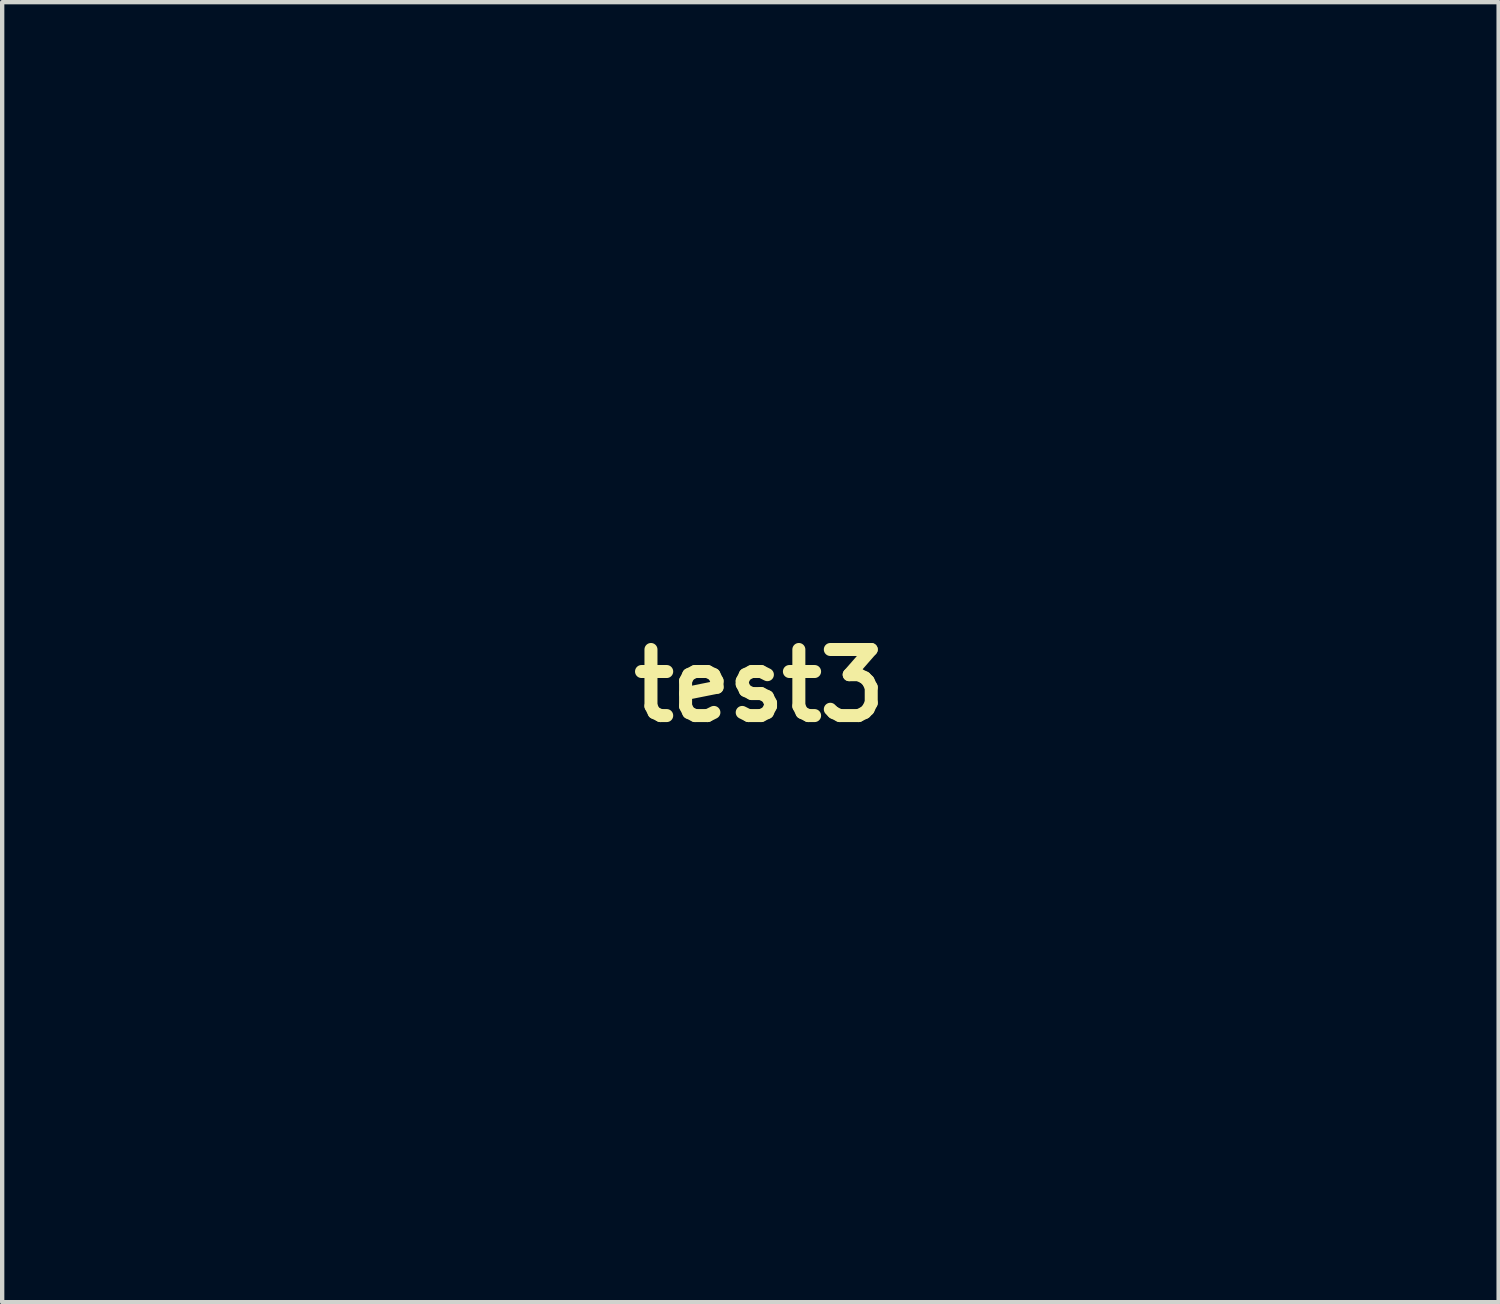
<source format=kicad_pcb>
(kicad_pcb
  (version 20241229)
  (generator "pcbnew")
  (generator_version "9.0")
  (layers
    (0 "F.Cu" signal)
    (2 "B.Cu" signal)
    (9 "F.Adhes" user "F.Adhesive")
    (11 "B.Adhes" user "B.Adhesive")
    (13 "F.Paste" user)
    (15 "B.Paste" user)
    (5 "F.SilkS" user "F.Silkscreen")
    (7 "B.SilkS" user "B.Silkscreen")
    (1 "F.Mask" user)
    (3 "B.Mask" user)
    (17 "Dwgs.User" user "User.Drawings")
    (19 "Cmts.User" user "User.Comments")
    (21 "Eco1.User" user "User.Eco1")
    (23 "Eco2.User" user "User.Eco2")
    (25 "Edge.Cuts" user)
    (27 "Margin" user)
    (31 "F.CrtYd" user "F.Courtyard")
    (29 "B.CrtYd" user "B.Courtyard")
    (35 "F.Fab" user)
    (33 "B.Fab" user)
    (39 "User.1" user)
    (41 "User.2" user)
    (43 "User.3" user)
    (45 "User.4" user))
  (footprint "test3"
    (layer "F.Cu")
    (at 14.467 12.764)
    (property "Reference" "test3" (at 0 0 0) (layer "F.SilkS") (effects (font (size 1.524 1.524) (thickness 0.3))))
    (attr through_hole)
    (fp_poly (pts (xy -0.345 -12.714) (xy -0.108 -12.454) (xy 0.26 -11.937) (xy 0.364 -11.784) (xy 0.889 -11.034) (xy 1.476 -10.239) (xy 1.946 -9.634) (xy 2.319 -9.128) (xy 2.551 -8.726) (xy 2.594 -8.509) (xy 2.59 -8.504) (xy 2.332 -8.352) (xy 1.883 -8.164) (xy 1.768 -8.122) (xy 1.095 -7.889) (xy 3.647 -5.092) (xy 3.139 -4.962) (xy 2.647 -4.872) (xy 2.307 -4.855) (xy 2.221 -4.774) (xy 2.371 -4.492) (xy 2.768 -3.988) (xy 3.003 -3.716) (xy 3.454 -3.172) (xy 3.777 -2.722) (xy 3.922 -2.439) (xy 3.92 -2.39) (xy 3.695 -2.216) (xy 3.28 -2.011) (xy 3.224 -1.988) (xy 2.812 -1.818) (xy 2.579 -1.712) (xy 2.568 -1.705) (xy 2.619 -1.537) (xy 2.84 -1.166) (xy 3.175 -0.671) (xy 3.569 -0.132) (xy 3.964 0.371) (xy 4.245 0.694) (xy 4.808 1.297) (xy 4.38 1.646) (xy 3.959 1.901) (xy 3.608 1.996) (xy 3.325 2.016) (xy 3.267 2.041) (xy 3.384 2.183) (xy 3.701 2.535) (xy 4.17 3.043) (xy 4.717 3.629) (xy 5.288 4.252) (xy 5.753 4.79) (xy 6.063 5.183) (xy 6.168 5.366) (xy 6.017 5.544) (xy 5.627 5.798) (xy 5.244 5.995) (xy 4.736 6.249) (xy 4.521 6.413) (xy 4.556 6.532) (xy 4.654 6.589) (xy 4.956 6.821) (xy 5.315 7.215) (xy 5.663 7.678) (xy 5.935 8.116) (xy 6.064 8.438) (xy 6.047 8.534) (xy 5.755 8.693) (xy 5.212 8.897) (xy 4.52 9.115) (xy 3.783 9.317) (xy 3.104 9.47) (xy 2.774 9.524) (xy 1.938 9.64) (xy 1.398 9.739) (xy 1.089 9.848) (xy 0.947 9.994) (xy 0.908 10.201) (xy 0.907 10.286) (xy 0.956 10.613) (xy 1.169 10.666) (xy 1.315 10.631) (xy 1.626 10.577) (xy 2.222 10.502) (xy 3.027 10.412) (xy 3.967 10.315) (xy 4.964 10.218) (xy 5.943 10.129) (xy 6.828 10.055) (xy 7.542 10.003) (xy 8.011 9.981) (xy 8.041 9.981) (xy 8.405 9.93) (xy 8.507 9.726) (xy 8.494 9.57) (xy 8.396 9.304) (xy 8.132 9.167) (xy 7.65 9.106) (xy 7.159 9.043) (xy 6.962 8.929) (xy 6.973 8.765) (xy 6.924 8.446) (xy 6.918 8.436) (xy 8.89 8.436) (xy 8.981 8.527) (xy 9.071 8.436) (xy 8.981 8.346) (xy 8.89 8.436) (xy 6.918 8.436) (xy 6.759 8.164) (xy 7.649 8.164) (xy 7.677 8.422) (xy 7.74 8.391) (xy 7.749 8.255) (xy 11.611 8.255) (xy 11.702 8.346) (xy 11.793 8.255) (xy 11.702 8.164) (xy 11.611 8.255) (xy 7.749 8.255) (xy 7.764 8.02) (xy 7.74 7.938) (xy 7.674 7.915) (xy 7.649 8.164) (xy 6.759 8.164) (xy 6.639 7.958) (xy 6.432 7.689) (xy 6.251 7.439) (xy 9.979 7.439) (xy 10.045 7.588) (xy 10.1 7.56) (xy 10.121 7.344) (xy 10.1 7.318) (xy 9.992 7.343) (xy 9.979 7.439) (xy 6.251 7.439) (xy 6.097 7.227) (xy 6.028 7.094) (xy 12.207 7.094) (xy 12.245 7.276) (xy 12.258 7.31) (xy 12.402 7.532) (xy 12.484 7.534) (xy 12.463 7.342) (xy 12.36 7.209) (xy 12.207 7.094) (xy 6.028 7.094) (xy 5.908 6.863) (xy 5.902 6.788) (xy 8.541 6.788) (xy 8.575 7.024) (xy 8.637 7.027) (xy 8.68 6.784) (xy 8.651 6.679) (xy 8.571 6.61) (xy 8.541 6.788) (xy 5.902 6.788) (xy 5.896 6.714) (xy 5.876 6.546) (xy 5.806 6.531) (xy 5.687 6.421) (xy 5.715 6.35) (xy 5.885 6.244) (xy 7.271 6.244) (xy 7.305 6.479) (xy 7.367 6.482) (xy 7.401 6.29) (xy 10.897 6.29) (xy 10.937 6.597) (xy 11.045 6.895) (xy 11.161 7.029) (xy 11.184 7.019) (xy 11.179 6.818) (xy 11.083 6.512) (xy 10.954 6.265) (xy 10.897 6.29) (xy 7.401 6.29) (xy 7.41 6.239) (xy 7.381 6.135) (xy 7.301 6.066) (xy 7.271 6.244) (xy 5.885 6.244) (xy 5.975 6.188) (xy 6.12 6.169) (xy 6.479 6.053) (xy 6.575 5.987) (xy 9.616 5.987) (xy 9.682 6.136) (xy 9.737 6.108) (xy 9.758 5.893) (xy 9.737 5.866) (xy 9.629 5.891) (xy 9.616 5.987) (xy 6.575 5.987) (xy 6.736 5.876) (xy 6.912 5.682) (xy 6.918 5.554) (xy 11.311 5.554) (xy 11.339 5.624) (xy 11.502 5.797) (xy 11.531 5.806) (xy 11.609 5.665) (xy 11.611 5.624) (xy 11.472 5.45) (xy 11.419 5.443) (xy 11.311 5.554) (xy 6.918 5.554) (xy 6.921 5.488) (xy 6.739 5.191) (xy 6.711 5.156) (xy 8.723 5.156) (xy 8.756 5.391) (xy 8.818 5.394) (xy 8.825 5.358) (xy 12.747 5.358) (xy 12.783 5.431) (xy 12.956 5.618) (xy 12.988 5.486) (xy 12.944 5.344) (xy 12.81 5.147) (xy 12.75 5.151) (xy 12.747 5.358) (xy 8.825 5.358) (xy 8.861 5.151) (xy 8.833 5.046) (xy 8.752 4.977) (xy 8.723 5.156) (xy 6.711 5.156) (xy 6.492 4.877) (xy 6.364 4.717) (xy 6.894 4.717) (xy 6.961 4.866) (xy 7.015 4.838) (xy 7.033 4.658) (xy 10.173 4.658) (xy 10.273 4.982) (xy 10.408 5.191) (xy 10.471 5.192) (xy 10.461 4.989) (xy 10.364 4.776) (xy 10.203 4.563) (xy 10.173 4.658) (xy 7.033 4.658) (xy 7.037 4.623) (xy 7.015 4.596) (xy 6.907 4.621) (xy 6.894 4.717) (xy 6.364 4.717) (xy 6.072 4.354) (xy 11.249 4.354) (xy 11.315 4.504) (xy 11.37 4.475) (xy 11.391 4.26) (xy 11.37 4.233) (xy 11.262 4.258) (xy 11.249 4.354) (xy 6.072 4.354) (xy 5.925 4.171) (xy 6.023 4.067) (xy 7.997 4.067) (xy 8.031 4.302) (xy 8.092 4.305) (xy 8.136 4.062) (xy 8.107 3.957) (xy 8.026 3.889) (xy 7.997 4.067) (xy 6.023 4.067) (xy 6.194 3.886) (xy 9.267 3.886) (xy 9.301 4.121) (xy 9.362 4.124) (xy 9.406 3.881) (xy 9.377 3.776) (xy 9.296 3.707) (xy 9.267 3.886) (xy 6.194 3.886) (xy 6.351 3.719) (xy 6.569 3.447) (xy 9.979 3.447) (xy 10.045 3.596) (xy 10.1 3.568) (xy 10.121 3.353) (xy 10.1 3.326) (xy 9.992 3.351) (xy 9.979 3.447) (xy 6.569 3.447) (xy 6.603 3.405) (xy 6.581 3.275) (xy 6.507 3.266) (xy 6.155 3.164) (xy 5.904 3.018) (xy 10.886 3.018) (xy 10.975 3.284) (xy 11.154 3.387) (xy 11.221 3.353) (xy 11.196 3.167) (xy 11.1 3.045) (xy 10.918 2.943) (xy 10.886 3.018) (xy 5.904 3.018) (xy 5.886 3.007) (xy 5.672 2.823) (xy 5.666 2.649) (xy 5.885 2.367) (xy 5.975 2.268) (xy 6.894 2.268) (xy 6.985 2.359) (xy 7.076 2.268) (xy 6.985 2.177) (xy 8.346 2.177) (xy 8.412 2.326) (xy 8.467 2.298) (xy 8.47 2.268) (xy 9.979 2.268) (xy 10.069 2.359) (xy 10.16 2.268) (xy 10.069 2.177) (xy 9.979 2.268) (xy 8.47 2.268) (xy 8.488 2.083) (xy 8.467 2.056) (xy 8.359 2.081) (xy 8.346 2.177) (xy 6.985 2.177) (xy 6.894 2.268) (xy 5.975 2.268) (xy 6.004 2.236) (xy 6.338 1.833) (xy 11.844 1.833) (xy 11.882 2.014) (xy 11.895 2.049) (xy 12.039 2.271) (xy 12.121 2.273) (xy 12.1 2.081) (xy 11.997 1.947) (xy 11.844 1.833) (xy 6.338 1.833) (xy 6.447 1.702) (xy 6.618 1.451) (xy 9.071 1.451) (xy 9.138 1.601) (xy 9.192 1.572) (xy 9.214 1.357) (xy 9.192 1.33) (xy 9.085 1.355) (xy 9.071 1.451) (xy 6.618 1.451) (xy 6.805 1.177) (xy 6.9 0.998) (xy 7.439 0.998) (xy 7.529 1.089) (xy 7.618 0.999) (xy 10.616 0.999) (xy 10.651 1.265) (xy 10.656 1.285) (xy 10.763 1.528) (xy 10.847 1.476) (xy 10.807 1.148) (xy 10.735 1.047) (xy 10.616 0.999) (xy 7.618 0.999) (xy 7.62 0.998) (xy 7.529 0.907) (xy 7.439 0.998) (xy 6.9 0.998) (xy 6.997 0.816) (xy 11.793 0.816) (xy 11.884 0.907) (xy 11.974 0.816) (xy 11.884 0.726) (xy 11.793 0.816) (xy 6.997 0.816) (xy 7.041 0.732) (xy 7.114 0.44) (xy 7.034 0.363) (xy 8.527 0.363) (xy 8.594 0.512) (xy 8.648 0.484) (xy 8.67 0.268) (xy 8.648 0.242) (xy 8.54 0.267) (xy 8.527 0.363) (xy 7.034 0.363) (xy 6.693 0.262) (xy 6.443 0.115) (xy 6.268 -0.043) (xy 6.259 -0.129) (xy 10.734 -0.129) (xy 10.778 -0.028) (xy 10.96 0.167) (xy 11.065 0.127) (xy 11.067 0.101) (xy 10.938 -0.052) (xy 10.858 -0.108) (xy 10.734 -0.129) (xy 6.259 -0.129) (xy 6.249 -0.217) (xy 6.413 -0.495) (xy 6.596 -0.726) (xy 8.89 -0.726) (xy 8.956 -0.576) (xy 9.011 -0.605) (xy 9.033 -0.82) (xy 9.011 -0.847) (xy 8.903 -0.822) (xy 8.89 -0.726) (xy 6.596 -0.726) (xy 6.74 -0.907) (xy 7.62 -0.907) (xy 7.686 -0.758) (xy 7.741 -0.786) (xy 7.753 -0.907) (xy 10.704 -0.907) (xy 10.771 -0.758) (xy 10.825 -0.786) (xy 10.847 -1.002) (xy 10.825 -1.028) (xy 10.717 -1.003) (xy 10.704 -0.907) (xy 7.753 -0.907) (xy 7.763 -1.002) (xy 7.741 -1.028) (xy 7.633 -1.003) (xy 7.62 -0.907) (xy 6.74 -0.907) (xy 6.771 -0.947) (xy 7.192 -1.478) (xy 7.295 -1.644) (xy 11.611 -1.644) (xy 11.743 -1.459) (xy 11.793 -1.451) (xy 11.97 -1.513) (xy 11.974 -1.531) (xy 11.847 -1.686) (xy 11.793 -1.724) (xy 11.626 -1.709) (xy 11.611 -1.644) (xy 7.295 -1.644) (xy 7.388 -1.794) (xy 7.375 -1.947) (xy 7.169 -1.994) (xy 7.086 -1.996) (xy 6.719 -2.074) (xy 6.69 -2.177) (xy 8.89 -2.177) (xy 8.956 -2.028) (xy 9.011 -2.056) (xy 9.033 -2.272) (xy 9.011 -2.298) (xy 8.903 -2.273) (xy 8.89 -2.177) (xy 6.69 -2.177) (xy 6.65 -2.317) (xy 6.774 -2.54) (xy 7.257 -2.54) (xy 7.324 -2.391) (xy 7.378 -2.419) (xy 7.396 -2.599) (xy 10.355 -2.599) (xy 10.455 -2.275) (xy 10.589 -2.066) (xy 10.653 -2.065) (xy 10.643 -2.268) (xy 10.545 -2.481) (xy 10.385 -2.694) (xy 10.355 -2.599) (xy 7.396 -2.599) (xy 7.4 -2.634) (xy 7.378 -2.661) (xy 7.27 -2.636) (xy 7.257 -2.54) (xy 6.774 -2.54) (xy 6.882 -2.734) (xy 7.023 -2.892) (xy 8.164 -2.892) (xy 8.223 -2.727) (xy 8.356 -2.871) (xy 8.415 -3.003) (xy 8.428 -3.19) (xy 8.344 -3.174) (xy 8.171 -2.941) (xy 8.164 -2.892) (xy 7.023 -2.892) (xy 7.417 -3.334) (xy 7.524 -3.447) (xy 9.434 -3.447) (xy 9.501 -3.298) (xy 9.555 -3.326) (xy 9.577 -3.542) (xy 9.555 -3.568) (xy 9.447 -3.543) (xy 9.434 -3.447) (xy 7.524 -3.447) (xy 7.697 -3.629) (xy 10.523 -3.629) (xy 10.589 -3.479) (xy 10.644 -3.508) (xy 10.666 -3.723) (xy 10.644 -3.75) (xy 10.536 -3.725) (xy 10.523 -3.629) (xy 7.697 -3.629) (xy 7.87 -3.81) (xy 8.2 -4.189) (xy 8.344 -4.396) (xy 8.346 -4.405) (xy 8.191 -4.504) (xy 7.903 -4.536) (xy 7.458 -4.634) (xy 7.318 -4.9) (xy 7.356 -4.989) (xy 7.983 -4.989) (xy 8.074 -4.899) (xy 8.164 -4.989) (xy 8.074 -5.08) (xy 7.983 -4.989) (xy 7.356 -4.989) (xy 7.442 -5.186) (xy 9.63 -5.186) (xy 9.663 -4.951) (xy 9.725 -4.948) (xy 9.769 -5.191) (xy 9.763 -5.209) (xy 11.096 -5.209) (xy 11.141 -5.108) (xy 11.323 -4.913) (xy 11.428 -4.953) (xy 11.43 -4.979) (xy 11.301 -5.132) (xy 11.221 -5.188) (xy 11.096 -5.209) (xy 9.763 -5.209) (xy 9.74 -5.295) (xy 9.659 -5.364) (xy 9.63 -5.186) (xy 7.442 -5.186) (xy 7.468 -5.246) (xy 7.682 -5.541) (xy 7.743 -5.624) (xy 8.89 -5.624) (xy 8.956 -5.475) (xy 9.011 -5.503) (xy 9.033 -5.719) (xy 9.011 -5.745) (xy 8.903 -5.72) (xy 8.89 -5.624) (xy 7.743 -5.624) (xy 7.951 -5.912) (xy 10.356 -5.912) (xy 10.389 -5.676) (xy 10.451 -5.673) (xy 10.494 -5.916) (xy 10.465 -6.021) (xy 10.385 -6.09) (xy 10.356 -5.912) (xy 7.951 -5.912) (xy 8.043 -6.039) (xy 8.484 -6.65) (xy 8.646 -6.873) (xy 8.661 -6.894) (xy 9.434 -6.894) (xy 9.501 -6.745) (xy 9.555 -6.773) (xy 9.577 -6.989) (xy 9.555 -7.015) (xy 9.447 -6.99) (xy 9.434 -6.894) (xy 8.661 -6.894) (xy 9.58 -8.171) (xy 10.119 -7.306) (xy 10.569 -6.63) (xy 11.09 -5.913) (xy 11.314 -5.624) (xy 11.675 -5.156) (xy 11.825 -4.876) (xy 11.795 -4.7) (xy 11.666 -4.581) (xy 11.264 -4.411) (xy 10.806 -4.342) (xy 10.45 -4.32) (xy 10.422 -4.254) (xy 10.614 -4.144) (xy 10.832 -3.938) (xy 11.187 -3.509) (xy 11.616 -2.94) (xy 12.062 -2.313) (xy 12.463 -1.713) (xy 12.761 -1.222) (xy 12.848 -1.05) (xy 12.74 -0.925) (xy 12.404 -0.796) (xy 11.97 -0.702) (xy 11.587 -0.68) (xy 11.516 -0.583) (xy 11.644 -0.259) (xy 11.98 0.315) (xy 12.383 0.931) (xy 12.9 1.731) (xy 13.199 2.286) (xy 13.28 2.642) (xy 13.145 2.843) (xy 12.794 2.934) (xy 12.427 2.957) (xy 12.002 2.981) (xy 11.889 3.052) (xy 12.036 3.215) (xy 12.09 3.262) (xy 12.402 3.613) (xy 12.727 4.1) (xy 12.771 4.178) (xy 13.133 4.748) (xy 13.546 5.274) (xy 13.57 5.301) (xy 14.026 5.793) (xy 13.533 5.981) (xy 12.974 6.122) (xy 12.461 6.174) (xy 12.084 6.191) (xy 12.027 6.264) (xy 12.246 6.44) (xy 12.677 6.791) (xy 13.121 7.218) (xy 13.509 7.644) (xy 13.769 7.99) (xy 13.832 8.179) (xy 13.828 8.185) (xy 13.509 8.351) (xy 12.937 8.548) (xy 12.219 8.747) (xy 11.458 8.918) (xy 10.789 9.029) (xy 10.176 9.123) (xy 9.847 9.236) (xy 9.719 9.404) (xy 9.706 9.526) (xy 9.732 9.682) (xy 9.848 9.79) (xy 10.117 9.863) (xy 10.598 9.915) (xy 11.352 9.958) (xy 11.824 9.979) (xy 12.664 10.022) (xy 13.364 10.073) (xy 13.849 10.125) (xy 14.041 10.17) (xy 13.902 10.202) (xy 13.454 10.23) (xy 12.753 10.253) (xy 11.853 10.269) (xy 10.835 10.276) (xy 8.669 10.312) (xy 6.528 10.41) (xy 4.497 10.561) (xy 2.663 10.762) (xy 1.205 10.986) (xy -0.358 11.173) (xy -2.161 11.213) (xy -4.115 11.109) (xy -6.03 10.877) (xy -7.025 10.742) (xy -8.242 10.604) (xy -9.538 10.478) (xy -10.774 10.378) (xy -10.996 10.363) (xy -11.974 10.292) (xy -12.821 10.219) (xy -13.473 10.149) (xy -13.864 10.09) (xy -13.946 10.063) (xy -13.823 10.022) (xy -13.404 9.996) (xy -12.756 9.987) (xy -11.974 9.997) (xy -11.078 10.014) (xy -10.482 10.009) (xy -10.127 9.974) (xy -9.951 9.9) (xy -9.892 9.777) (xy -9.888 9.694) (xy -9.943 9.491) (xy -10.163 9.359) (xy -10.624 9.267) (xy -10.989 9.222) (xy -11.812 9.097) (xy -12.679 8.909) (xy -13.478 8.689) (xy -14.095 8.465) (xy -14.18 8.421) (xy -9.239 8.421) (xy -9.205 8.657) (xy -9.143 8.659) (xy -9.1 8.417) (xy -9.129 8.312) (xy -9.195 8.255) (xy -7.766 8.255) (xy -7.746 8.565) (xy -7.69 8.592) (xy -7.682 8.576) (xy -7.647 8.216) (xy -7.676 8.032) (xy -7.733 7.958) (xy -7.765 8.199) (xy -7.766 8.255) (xy -9.195 8.255) (xy -9.209 8.243) (xy -9.239 8.421) (xy -14.18 8.421) (xy -14.333 8.342) (xy -14.419 8.225) (xy -12.095 8.225) (xy -12.07 8.333) (xy -11.974 8.346) (xy -11.825 8.279) (xy -11.853 8.225) (xy -12.069 8.203) (xy -12.095 8.225) (xy -14.419 8.225) (xy -14.434 8.204) (xy -14.352 7.992) (xy -14.264 7.892) (xy -6.35 7.892) (xy -6.255 8.134) (xy -6.174 8.164) (xy -6.074 8.031) (xy -6.103 7.892) (xy -6.232 7.653) (xy -6.279 7.62) (xy -6.342 7.768) (xy -6.35 7.892) (xy -14.264 7.892) (xy -14.049 7.649) (xy -13.833 7.439) (xy -12.972 7.439) (xy -12.958 7.606) (xy -12.892 7.62) (xy -12.707 7.488) (xy -12.7 7.439) (xy -12.737 7.333) (xy -10.327 7.333) (xy -10.294 7.568) (xy -10.232 7.571) (xy -10.189 7.328) (xy -10.217 7.223) (xy -10.298 7.154) (xy -10.327 7.333) (xy -12.737 7.333) (xy -12.762 7.262) (xy -12.78 7.257) (xy -12.935 7.384) (xy -12.972 7.439) (xy -13.833 7.439) (xy -13.691 7.302) (xy -13.172 6.827) (xy -13.127 6.788) (xy -11.427 6.788) (xy -11.401 7.048) (xy -11.323 6.966) (xy -11.25 6.713) (xy -8.799 6.713) (xy -8.785 6.88) (xy -8.719 6.894) (xy -8.535 6.763) (xy -8.527 6.713) (xy -8.589 6.536) (xy -8.607 6.531) (xy -8.762 6.659) (xy -8.799 6.713) (xy -11.25 6.713) (xy -11.205 6.558) (xy -11.178 6.441) (xy -11.123 6.107) (xy -11.185 6.095) (xy -11.24 6.169) (xy -11.403 6.586) (xy -11.427 6.788) (xy -13.127 6.788) (xy -12.71 6.43) (xy -12.421 6.207) (xy -12.193 6.043) (xy -12.277 6.019) (xy -12.519 6.063) (xy -12.947 6.078) (xy -13.506 6.019) (xy -14.044 5.909) (xy -14.327 5.806) (xy -9.888 5.806) (xy -9.873 5.973) (xy -9.808 5.987) (xy -9.683 5.898) (xy -7.527 5.898) (xy -7.492 6.164) (xy -7.487 6.183) (xy -7.38 6.426) (xy -7.296 6.375) (xy -7.336 6.046) (xy -7.378 5.987) (xy -6.531 5.987) (xy -6.465 6.136) (xy -6.41 6.108) (xy -6.389 5.893) (xy -6.41 5.866) (xy -6.518 5.891) (xy -6.531 5.987) (xy -7.378 5.987) (xy -7.408 5.945) (xy -7.527 5.898) (xy -9.683 5.898) (xy -9.623 5.855) (xy -9.616 5.806) (xy -9.678 5.629) (xy -9.696 5.624) (xy -9.851 5.751) (xy -9.888 5.806) (xy -14.327 5.806) (xy -14.411 5.775) (xy -14.462 5.737) (xy -14.435 5.635) (xy -11.974 5.635) (xy -11.916 5.8) (xy -11.782 5.656) (xy -11.724 5.524) (xy -11.711 5.337) (xy -11.795 5.353) (xy -11.968 5.586) (xy -11.974 5.635) (xy -14.435 5.635) (xy -14.413 5.556) (xy -14.22 5.272) (xy -13.426 5.272) (xy -13.367 5.437) (xy -13.234 5.293) (xy -13.19 5.195) (xy -5.624 5.195) (xy -5.535 5.461) (xy -5.356 5.565) (xy -5.289 5.531) (xy -5.314 5.344) (xy -5.41 5.222) (xy -5.592 5.12) (xy -5.624 5.195) (xy -13.19 5.195) (xy -13.175 5.161) (xy -13.162 4.974) (xy -13.246 4.991) (xy -13.419 5.223) (xy -13.426 5.272) (xy -14.22 5.272) (xy -14.176 5.208) (xy -13.998 4.993) (xy -13.825 4.773) (xy -10.692 4.773) (xy -10.67 5.051) (xy -10.598 4.978) (xy -10.563 4.899) (xy -8.861 4.899) (xy -8.833 5.156) (xy -8.77 5.125) (xy -8.746 4.754) (xy -8.77 4.672) (xy -8.836 4.649) (xy -8.861 4.899) (xy -10.563 4.899) (xy -10.523 4.808) (xy -10.391 4.451) (xy -10.386 4.43) (xy -7.061 4.43) (xy -7.028 4.665) (xy -6.966 4.668) (xy -6.923 4.425) (xy -6.952 4.32) (xy -7.032 4.252) (xy -7.061 4.43) (xy -10.386 4.43) (xy -10.354 4.298) (xy -10.455 4.232) (xy -10.523 4.264) (xy -10.664 4.516) (xy -10.692 4.773) (xy -13.825 4.773) (xy -13.575 4.455) (xy -13.39 4.173) (xy -11.793 4.173) (xy -11.726 4.322) (xy -11.672 4.294) (xy -11.65 4.078) (xy -11.672 4.052) (xy -11.78 4.077) (xy -11.793 4.173) (xy -13.39 4.173) (xy -13.214 3.903) (xy -13.213 3.901) (xy -8.129 3.901) (xy -8.109 4.211) (xy -8.053 4.238) (xy -8.045 4.222) (xy -8.009 3.861) (xy -8.039 3.677) (xy -8.096 3.603) (xy -8.128 3.844) (xy -8.129 3.901) (xy -13.213 3.901) (xy -13.137 3.762) (xy -13.066 3.65) (xy -9.616 3.65) (xy -9.504 3.748) (xy -9.434 3.719) (xy -9.26 3.479) (xy -9.253 3.426) (xy -9.365 3.327) (xy -9.434 3.356) (xy -9.609 3.597) (xy -9.616 3.65) (xy -13.066 3.65) (xy -12.822 3.264) (xy -12.658 3.084) (xy -10.341 3.084) (xy -10.275 3.234) (xy -10.22 3.205) (xy -10.199 2.99) (xy -10.22 2.963) (xy -10.328 2.988) (xy -10.341 3.084) (xy -12.658 3.084) (xy -12.466 2.871) (xy -12.454 2.862) (xy -12.293 2.721) (xy -11.43 2.721) (xy -11.364 2.871) (xy -11.309 2.842) (xy -11.287 2.627) (xy -11.309 2.6) (xy -11.417 2.625) (xy -11.43 2.721) (xy -12.293 2.721) (xy -12.218 2.655) (xy -12.241 2.567) (xy -12.568 2.545) (xy -12.731 2.544) (xy -13.421 2.488) (xy -13.85 2.342) (xy -13.97 2.162) (xy -13.874 1.958) (xy -13.788 1.814) (xy -10.432 1.814) (xy -10.418 1.981) (xy -10.352 1.996) (xy -10.225 1.905) (xy -8.492 1.905) (xy -8.472 2.215) (xy -8.415 2.242) (xy -8.408 2.226) (xy -8.372 1.866) (xy -8.38 1.814) (xy -7.076 1.814) (xy -7.009 1.964) (xy -6.955 1.935) (xy -6.933 1.72) (xy -6.955 1.693) (xy -7.063 1.718) (xy -7.076 1.814) (xy -8.38 1.814) (xy -8.401 1.682) (xy -8.459 1.608) (xy -8.491 1.849) (xy -8.492 1.905) (xy -10.225 1.905) (xy -10.167 1.864) (xy -10.16 1.814) (xy -10.222 1.638) (xy -10.24 1.633) (xy -10.395 1.76) (xy -10.432 1.814) (xy -13.788 1.814) (xy -13.685 1.644) (xy -12.519 1.644) (xy -12.46 1.808) (xy -12.326 1.665) (xy -12.268 1.533) (xy -12.255 1.345) (xy -12.339 1.362) (xy -12.512 1.594) (xy -12.519 1.644) (xy -13.685 1.644) (xy -13.612 1.521) (xy -13.225 0.917) (xy -13.198 0.877) (xy -11.227 0.877) (xy -11.201 1.035) (xy -11.067 0.998) (xy -11.012 0.907) (xy -9.406 0.907) (xy -9.377 1.165) (xy -9.314 1.134) (xy -9.29 0.762) (xy -9.314 0.68) (xy -9.38 0.658) (xy -9.406 0.907) (xy -11.012 0.907) (xy -10.909 0.739) (xy -10.888 0.579) (xy -10.894 0.544) (xy -7.62 0.544) (xy -7.554 0.694) (xy -7.499 0.665) (xy -7.477 0.45) (xy -7.499 0.423) (xy -7.607 0.448) (xy -7.62 0.544) (xy -10.894 0.544) (xy -10.918 0.376) (xy -11.043 0.508) (xy -11.067 0.544) (xy -11.227 0.877) (xy -13.198 0.877) (xy -12.798 0.277) (xy -12.734 0.181) (xy -12.337 0.181) (xy -12.271 0.331) (xy -12.216 0.302) (xy -12.194 0.087) (xy -12.216 0.06) (xy -12.324 0.085) (xy -12.337 0.181) (xy -12.734 0.181) (xy -12.549 -0.091) (xy -8.673 -0.091) (xy -8.654 0.219) (xy -8.597 0.246) (xy -8.59 0.23) (xy -8.554 -0.13) (xy -8.583 -0.314) (xy -8.641 -0.388) (xy -8.672 -0.147) (xy -8.673 -0.091) (xy -12.549 -0.091) (xy -12.365 -0.363) (xy -10.16 -0.363) (xy -10.098 -0.186) (xy -10.08 -0.181) (xy -9.925 -0.309) (xy -9.888 -0.363) (xy -9.902 -0.53) (xy -9.968 -0.544) (xy -10.153 -0.413) (xy -10.16 -0.363) (xy -12.365 -0.363) (xy -12.119 -0.726) (xy -11.249 -0.726) (xy -11.187 -0.549) (xy -11.169 -0.544) (xy -11.014 -0.671) (xy -10.976 -0.726) (xy -10.991 -0.893) (xy -11.056 -0.907) (xy -11.241 -0.775) (xy -11.249 -0.726) (xy -12.119 -0.726) (xy -11.627 -1.451) (xy -12.175 -1.451) (xy -12.694 -1.512) (xy -13.066 -1.634) (xy -13.205 -1.739) (xy -11.053 -1.739) (xy -11.019 -1.503) (xy -10.958 -1.501) (xy -10.947 -1.557) (xy -9.239 -1.557) (xy -9.205 -1.322) (xy -9.143 -1.319) (xy -9.1 -1.562) (xy -9.129 -1.667) (xy -9.195 -1.724) (xy -7.801 -1.724) (xy -7.706 -1.482) (xy -7.626 -1.451) (xy -7.526 -1.584) (xy -7.554 -1.724) (xy -7.683 -1.962) (xy -7.73 -1.996) (xy -7.794 -1.848) (xy -7.801 -1.724) (xy -9.195 -1.724) (xy -9.209 -1.736) (xy -9.239 -1.557) (xy -10.947 -1.557) (xy -10.914 -1.743) (xy -10.943 -1.848) (xy -11.024 -1.917) (xy -11.053 -1.739) (xy -13.205 -1.739) (xy -13.21 -1.742) (xy -13.236 -1.9) (xy -13.119 -2.169) (xy -13.01 -2.337) (xy -12.337 -2.337) (xy -12.225 -2.239) (xy -12.156 -2.268) (xy -12.105 -2.337) (xy -10.16 -2.337) (xy -10.048 -2.239) (xy -9.979 -2.268) (xy -9.804 -2.508) (xy -9.797 -2.561) (xy -9.909 -2.66) (xy -9.979 -2.631) (xy -10.153 -2.39) (xy -10.16 -2.337) (xy -12.105 -2.337) (xy -11.981 -2.508) (xy -11.974 -2.561) (xy -12.086 -2.66) (xy -12.156 -2.631) (xy -12.33 -2.39) (xy -12.337 -2.337) (xy -13.01 -2.337) (xy -12.833 -2.611) (xy -12.419 -3.196) (xy -12.409 -3.21) (xy -10.873 -3.21) (xy -10.852 -2.932) (xy -10.78 -3.005) (xy -10.744 -3.084) (xy -9.224 -3.084) (xy -9.196 -2.827) (xy -9.133 -2.857) (xy -9.109 -3.229) (xy -9.133 -3.311) (xy -9.199 -3.334) (xy -9.224 -3.084) (xy -10.744 -3.084) (xy -10.704 -3.175) (xy -10.572 -3.532) (xy -10.567 -3.553) (xy -7.424 -3.553) (xy -7.391 -3.318) (xy -7.329 -3.315) (xy -7.286 -3.558) (xy -7.315 -3.663) (xy -7.395 -3.731) (xy -7.424 -3.553) (xy -10.567 -3.553) (xy -10.536 -3.685) (xy -10.637 -3.751) (xy -10.704 -3.719) (xy -10.845 -3.467) (xy -10.873 -3.21) (xy -12.409 -3.21) (xy -11.988 -3.813) (xy -11.652 -4.323) (xy -11.54 -4.514) (xy -11.067 -4.514) (xy -10.955 -4.416) (xy -10.886 -4.445) (xy -10.875 -4.46) (xy -9.783 -4.46) (xy -9.749 -4.225) (xy -9.688 -4.222) (xy -9.644 -4.465) (xy -9.65 -4.487) (xy -8.695 -4.487) (xy -8.674 -4.428) (xy -8.538 -4.125) (xy -8.47 -3.946) (xy -8.322 -3.657) (xy -8.25 -3.707) (xy -8.294 -3.994) (xy -8.456 -4.348) (xy -8.577 -4.476) (xy -8.695 -4.487) (xy -9.65 -4.487) (xy -9.673 -4.57) (xy -9.754 -4.638) (xy -9.783 -4.46) (xy -10.875 -4.46) (xy -10.711 -4.685) (xy -10.704 -4.739) (xy -10.816 -4.837) (xy -10.886 -4.808) (xy -11.06 -4.568) (xy -11.067 -4.514) (xy -11.54 -4.514) (xy -11.458 -4.654) (xy -11.43 -4.73) (xy -11.287 -4.917) (xy -10.942 -5.152) (xy -10.931 -5.158) (xy -10.432 -5.428) (xy -10.904 -5.436) (xy -11.422 -5.503) (xy -11.947 -5.642) (xy -12.518 -5.841) (xy -12.37 -6.01) (xy -11.746 -6.01) (xy -11.613 -6.097) (xy -11.589 -6.12) (xy -11.496 -6.274) (xy -9.964 -6.274) (xy -9.931 -6.039) (xy -9.869 -6.036) (xy -9.856 -6.108) (xy -8.285 -6.108) (xy -8.26 -6) (xy -8.164 -5.987) (xy -8.015 -6.054) (xy -8.043 -6.108) (xy -8.259 -6.13) (xy -8.285 -6.108) (xy -9.856 -6.108) (xy -9.826 -6.279) (xy -9.855 -6.384) (xy -9.935 -6.453) (xy -9.964 -6.274) (xy -11.496 -6.274) (xy -11.446 -6.358) (xy -11.465 -6.446) (xy -11.6 -6.391) (xy -11.69 -6.222) (xy -11.746 -6.01) (xy -12.37 -6.01) (xy -11.777 -6.683) (xy -11.597 -6.906) (xy -10.858 -6.906) (xy -10.811 -6.761) (xy -10.704 -6.804) (xy -10.654 -6.894) (xy -9.043 -6.894) (xy -9.014 -6.637) (xy -8.951 -6.668) (xy -8.927 -7.039) (xy -8.951 -7.121) (xy -9.017 -7.144) (xy -9.043 -6.894) (xy -10.654 -6.894) (xy -10.564 -7.056) (xy -10.536 -7.313) (xy -10.557 -7.591) (xy -10.629 -7.518) (xy -10.704 -7.348) (xy -10.858 -6.906) (xy -11.597 -6.906) (xy -11.26 -7.322) (xy -10.714 -8.077) (xy -10.671 -8.143) (xy -9.797 -8.143) (xy -9.685 -8.045) (xy -9.616 -8.074) (xy -9.441 -8.314) (xy -9.434 -8.367) (xy -9.546 -8.465) (xy -9.616 -8.436) (xy -9.79 -8.196) (xy -9.797 -8.143) (xy -10.671 -8.143) (xy -10.393 -8.567) (xy -9.75 -9.609) (xy -9.022 -8.569) (xy -8.536 -7.894) (xy -8.022 -7.211) (xy -7.676 -6.774) (xy -7.316 -6.286) (xy -7.237 -5.981) (xy -7.464 -5.79) (xy -8.017 -5.642) (xy -8.044 -5.636) (xy -8.591 -5.524) (xy -7.456 -4.311) (xy -6.322 -3.098) (xy -6.835 -2.985) (xy -7.253 -2.892) (xy -7.486 -2.841) (xy -7.446 -2.703) (xy -7.212 -2.367) (xy -6.832 -1.905) (xy -6.806 -1.875) (xy -6.396 -1.39) (xy -6.102 -1.013) (xy -5.987 -0.824) (xy -5.987 -0.823) (xy -6.137 -0.686) (xy -6.51 -0.491) (xy -6.628 -0.44) (xy -7.268 -0.172) (xy -6.691 0.685) (xy -6.297 1.246) (xy -5.919 1.744) (xy -5.746 1.952) (xy -5.502 2.25) (xy -5.5 2.428) (xy -5.727 2.626) (xy -6.129 2.84) (xy -6.384 2.897) (xy -6.427 3.017) (xy -6.194 3.369) (xy -5.686 3.95) (xy -5.433 4.218) (xy -4.909 4.789) (xy -4.504 5.271) (xy -4.269 5.602) (xy -4.232 5.707) (xy -4.415 5.884) (xy -4.816 6.142) (xy -5.092 6.291) (xy -5.494 6.522) (xy -5.666 6.675) (xy -5.624 6.711) (xy -5.36 6.841) (xy -5.014 7.154) (xy -4.665 7.558) (xy -4.389 7.956) (xy -4.265 8.256) (xy -4.287 8.343) (xy -4.571 8.493) (xy -5.1 8.687) (xy -5.763 8.891) (xy -6.45 9.075) (xy -7.052 9.206) (xy -7.443 9.253) (xy -8.108 9.327) (xy -8.459 9.556) (xy -8.527 9.808) (xy -8.396 10.082) (xy -7.966 10.234) (xy -7.938 10.238) (xy -6.31 10.491) (xy -4.975 10.674) (xy -3.869 10.797) (xy -2.931 10.865) (xy -2.11 10.886) (xy -0.544 10.886) (xy -0.544 10.345) (xy -0.547 10.105) (xy -0.593 9.936) (xy -0.742 9.814) (xy -1.052 9.713) (xy -1.58 9.61) (xy -2.387 9.481) (xy -2.773 9.421) (xy -3.448 9.3) (xy -3.972 9.178) (xy -4.251 9.077) (xy -4.271 9.059) (xy -4.177 8.919) (xy -3.834 8.749) (xy -3.723 8.71) (xy -3.468 8.603) (xy 0.196 8.603) (xy 0.229 8.838) (xy 0.291 8.841) (xy 0.334 8.598) (xy 0.305 8.493) (xy 0.225 8.424) (xy 0.196 8.603) (xy -3.468 8.603) (xy -3.271 8.52) (xy -2.986 8.328) (xy -2.966 8.302) (xy -2.973 8.178) (xy -3.128 8.212) (xy -3.458 8.172) (xy -3.782 7.904) (xy -3.816 7.838) (xy 1.843 7.838) (xy 1.851 8.049) (xy 1.878 8.164) (xy 1.977 8.622) (xy 2.02 8.89) (xy 2.062 8.935) (xy 2.122 8.676) (xy 2.128 8.641) (xy 2.114 8.195) (xy 1.985 7.915) (xy 1.843 7.838) (xy -3.816 7.838) (xy -3.827 7.817) (xy 3.634 7.817) (xy 3.7 8.134) (xy 3.852 8.298) (xy 3.948 8.269) (xy 3.931 8.072) (xy 3.832 7.86) (xy 3.684 7.651) (xy 3.636 7.76) (xy 3.634 7.817) (xy -3.827 7.817) (xy -3.977 7.526) (xy -3.987 7.439) (xy -1.06 7.439) (xy -1.031 7.696) (xy -0.968 7.665) (xy -0.944 7.294) (xy -0.968 7.212) (xy -1.035 7.189) (xy -1.06 7.439) (xy -3.987 7.439) (xy -3.991 7.398) (xy -4.138 7.09) (xy -4.264 7.01) (xy -4.516 6.81) (xy -4.505 6.778) (xy -2.54 6.778) (xy -2.502 7.034) (xy -2.399 6.958) (xy -2.269 6.622) (xy 0.761 6.622) (xy 0.781 6.932) (xy 0.837 6.959) (xy 0.845 6.943) (xy 0.881 6.583) (xy 0.851 6.399) (xy 0.794 6.325) (xy 0.762 6.566) (xy 0.761 6.622) (xy -2.269 6.622) (xy -2.248 6.57) (xy -2.177 6.329) (xy -2.08 5.944) (xy -2.103 5.865) (xy -2.261 6.05) (xy -2.274 6.067) (xy -2.487 6.494) (xy -2.54 6.778) (xy -4.505 6.778) (xy -4.437 6.571) (xy -4.048 6.343) (xy -3.991 6.323) (xy -3.615 6.132) (xy -3.451 5.932) (xy -3.451 5.924) (xy -3.565 5.689) (xy -3.769 5.405) (xy -3.163 5.405) (xy -3.098 5.443) (xy -0.516 5.443) (xy -0.487 5.7) (xy -0.424 5.67) (xy -0.417 5.558) (xy 2.214 5.558) (xy 2.271 5.99) (xy 2.278 6.02) (xy 2.385 6.354) (xy 2.479 6.418) (xy 2.494 6.388) (xy 2.514 6.042) (xy 2.46 5.7) (xy 3.461 5.7) (xy 3.495 5.935) (xy 3.557 5.938) (xy 3.6 5.695) (xy 3.571 5.59) (xy 3.491 5.522) (xy 3.461 5.7) (xy 2.46 5.7) (xy 2.458 5.686) (xy 2.337 5.352) (xy 2.246 5.327) (xy 2.214 5.558) (xy -0.417 5.558) (xy -0.4 5.298) (xy -0.424 5.216) (xy -0.49 5.193) (xy -0.516 5.443) (xy -3.098 5.443) (xy -2.905 5.299) (xy -2.837 5.171) (xy -2.824 4.937) (xy -2.889 4.899) (xy -3.082 5.043) (xy -3.15 5.171) (xy -3.163 5.405) (xy -3.769 5.405) (xy -3.86 5.278) (xy -4.228 4.832) (xy 4.536 4.832) (xy 4.625 5.098) (xy 4.804 5.202) (xy 4.871 5.168) (xy 4.846 4.981) (xy 4.75 4.859) (xy 4.568 4.757) (xy 4.536 4.832) (xy -4.228 4.832) (xy -4.244 4.812) (xy -4.566 4.445) (xy -1.627 4.445) (xy -1.6 4.683) (xy -1.485 4.586) (xy -1.451 4.536) (xy -1.418 4.445) (xy 0.58 4.445) (xy 0.599 4.755) (xy 0.656 4.782) (xy 0.663 4.766) (xy 0.699 4.406) (xy 0.67 4.222) (xy 0.612 4.148) (xy 0.581 4.389) (xy 0.58 4.445) (xy -1.418 4.445) (xy -1.3 4.123) (xy -1.276 3.901) (xy -1.303 3.663) (xy -1.418 3.76) (xy -1.451 3.81) (xy -1.603 4.223) (xy -1.627 4.445) (xy -4.566 4.445) (xy -5.034 3.909) (xy -4.776 3.447) (xy -2.903 3.447) (xy -2.836 3.596) (xy -2.782 3.568) (xy -2.76 3.353) (xy -2.782 3.326) (xy -2.89 3.351) (xy -2.903 3.447) (xy -4.776 3.447) (xy -4.559 3.058) (xy -4.456 2.903) (xy -0.153 2.903) (xy -0.124 3.16) (xy -0.061 3.13) (xy -0.053 3.009) (xy 1.468 3.009) (xy 1.492 3.44) (xy 1.572 3.689) (xy 1.738 3.76) (xy 1.75 3.644) (xy 2.727 3.644) (xy 2.793 3.962) (xy 2.945 4.125) (xy 3.04 4.096) (xy 3.024 3.899) (xy 2.925 3.688) (xy 2.777 3.478) (xy 2.729 3.587) (xy 2.727 3.644) (xy 1.75 3.644) (xy 1.763 3.523) (xy 1.66 3.059) (xy 1.484 2.449) (xy 1.468 3.009) (xy -0.053 3.009) (xy -0.037 2.758) (xy -0.061 2.676) (xy -0.127 2.653) (xy -0.153 2.903) (xy -4.456 2.903) (xy -4.198 2.512) (xy -3.971 2.253) (xy -1.074 2.253) (xy -1.041 2.488) (xy -0.979 2.491) (xy -0.936 2.248) (xy -0.965 2.143) (xy -1.045 2.074) (xy -1.074 2.253) (xy -3.971 2.253) (xy -3.811 2.07) (xy -3.629 1.925) (xy -3.616 1.916) (xy -2.54 1.916) (xy -2.452 2.103) (xy -2.359 2.086) (xy -2.184 1.854) (xy -2.177 1.804) (xy -2.316 1.638) (xy -2.359 1.633) (xy -2.518 1.781) (xy -2.54 1.916) (xy -3.616 1.916) (xy -3.363 1.749) (xy -3.349 1.666) (xy -3.631 1.641) (xy -3.958 1.638) (xy -4.745 1.544) (xy -5.398 1.303) (xy -5.595 1.169) (xy -5.528 1.009) (xy -5.396 0.801) (xy -1.256 0.801) (xy -1.222 1.037) (xy -1.16 1.039) (xy -1.121 0.816) (xy 1.134 0.816) (xy 1.149 1.19) (xy 1.19 1.286) (xy 1.213 1.227) (xy 1.247 0.791) (xy 1.224 0.568) (xy 2.721 0.568) (xy 2.789 0.877) (xy 2.931 1.017) (xy 3.056 0.903) (xy 3.006 0.604) (xy 2.923 0.492) (xy 2.756 0.404) (xy 2.721 0.568) (xy 1.224 0.568) (xy 1.217 0.501) (xy 1.169 0.4) (xy 1.139 0.619) (xy 1.134 0.816) (xy -1.121 0.816) (xy -1.117 0.797) (xy -1.146 0.692) (xy -1.227 0.623) (xy -1.256 0.801) (xy -5.396 0.801) (xy -5.293 0.64) (xy -5.24 0.566) (xy -3.81 0.566) (xy -3.698 0.664) (xy -3.629 0.635) (xy -3.454 0.395) (xy -3.447 0.341) (xy -3.559 0.243) (xy -3.629 0.272) (xy -3.803 0.512) (xy -3.81 0.566) (xy -5.24 0.566) (xy -4.946 0.15) (xy -4.713 -0.181) (xy -2.162 -0.181) (xy -2.145 -0.001) (xy -2.026 -0.135) (xy -1.996 -0.181) (xy -1.967 -0.261) (xy -0.181 -0.261) (xy -0.08 -0.027) (xy 0 0) (xy 0.146 -0.152) (xy 0.181 -0.374) (xy 0.112 -0.624) (xy 0 -0.635) (xy -0.167 -0.372) (xy -0.181 -0.261) (xy -1.967 -0.261) (xy -1.849 -0.593) (xy -1.83 -0.816) (xy -1.84 -1.179) (xy -1.996 -0.816) (xy -2.13 -0.393) (xy -2.162 -0.181) (xy -4.713 -0.181) (xy -4.467 -0.532) (xy -4.094 -1.1) (xy -3.584 -1.1) (xy -3.559 -1.089) (xy -3.394 -1.216) (xy -3.356 -1.27) (xy -3.31 -1.44) (xy -3.335 -1.451) (xy -3.501 -1.324) (xy -3.538 -1.27) (xy -3.584 -1.1) (xy -4.094 -1.1) (xy -3.988 -1.262) (xy -3.725 -1.693) (xy -3.654 -1.802) (xy -0.895 -1.802) (xy -0.786 -1.638) (xy -0.726 -1.633) (xy -0.627 -1.741) (xy 0.817 -1.741) (xy 0.875 -1.361) (xy 0.992 -0.816) (xy 1.015 -1.009) (xy 2.057 -1.009) (xy 2.105 -0.835) (xy 2.243 -0.621) (xy 2.313 -0.619) (xy 2.334 -0.842) (xy 2.286 -1.016) (xy 2.148 -1.23) (xy 2.078 -1.231) (xy 2.057 -1.009) (xy 1.015 -1.009) (xy 1.054 -1.332) (xy 1.066 -1.739) (xy 1.012 -1.952) (xy 0.855 -1.999) (xy 0.817 -1.741) (xy -0.627 -1.741) (xy -0.585 -1.787) (xy -0.547 -2.041) (xy -0.576 -2.306) (xy -0.682 -2.241) (xy -0.726 -2.177) (xy -0.895 -1.802) (xy -3.654 -1.802) (xy -3.502 -2.034) (xy -2.256 -2.034) (xy -2.191 -1.996) (xy -1.998 -2.14) (xy -1.93 -2.268) (xy -1.917 -2.502) (xy -1.982 -2.54) (xy -2.175 -2.396) (xy -2.243 -2.268) (xy -2.256 -2.034) (xy -3.502 -2.034) (xy -3.379 -2.223) (xy -3.042 -2.635) (xy -2.877 -2.78) (xy -2.597 -2.992) (xy -2.617 -3.117) (xy -2.961 -3.177) (xy -3.314 -3.191) (xy -3.904 -3.252) (xy -3.957 -3.266) (xy 0.21 -3.266) (xy 0.239 -3.008) (xy 0.302 -3.039) (xy 0.326 -3.41) (xy 0.302 -3.493) (xy 0.235 -3.515) (xy 0.21 -3.266) (xy -3.957 -3.266) (xy -4.401 -3.382) (xy -4.489 -3.422) (xy -4.673 -3.537) (xy -4.68 -3.553) (xy -1.981 -3.553) (xy -1.948 -3.318) (xy -1.886 -3.315) (xy -1.844 -3.549) (xy 1.875 -3.549) (xy 1.923 -3.375) (xy 2.061 -3.161) (xy 2.131 -3.159) (xy 2.153 -3.382) (xy 2.105 -3.556) (xy 1.966 -3.77) (xy 1.896 -3.771) (xy 1.875 -3.549) (xy -1.844 -3.549) (xy -1.843 -3.558) (xy -1.872 -3.663) (xy -1.952 -3.731) (xy -1.981 -3.553) (xy -4.68 -3.553) (xy -4.736 -3.672) (xy -4.651 -3.894) (xy -4.399 -4.264) (xy -3.447 -4.264) (xy -3.408 -4.022) (xy -3.376 -3.991) (xy -3.259 -4.133) (xy -3.247 -4.16) (xy -0.895 -4.16) (xy -0.786 -3.997) (xy -0.726 -3.991) (xy -0.585 -4.145) (xy -0.547 -4.4) (xy -0.576 -4.665) (xy -0.682 -4.6) (xy -0.726 -4.536) (xy -0.895 -4.16) (xy -3.247 -4.16) (xy -3.2 -4.264) (xy -3.196 -4.497) (xy -3.271 -4.536) (xy -3.427 -4.389) (xy -3.447 -4.264) (xy -4.399 -4.264) (xy -4.395 -4.27) (xy -3.941 -4.865) (xy -3.941 -4.866) (xy -3.715 -5.171) (xy -1.809 -5.171) (xy -1.781 -4.933) (xy -1.714 -4.989) (xy 0.217 -4.989) (xy 0.236 -4.679) (xy 0.293 -4.652) (xy 0.3 -4.668) (xy 0.336 -5.029) (xy 0.307 -5.213) (xy 0.249 -5.287) (xy 0.218 -5.046) (xy 0.217 -4.989) (xy -1.714 -4.989) (xy -1.666 -5.03) (xy -1.633 -5.08) (xy -1.481 -5.493) (xy -1.457 -5.715) (xy -1.484 -5.953) (xy -1.6 -5.856) (xy -1.633 -5.806) (xy -1.784 -5.393) (xy -1.809 -5.171) (xy -3.715 -5.171) (xy -3.45 -5.527) (xy -3.004 -6.17) (xy -2.719 -6.622) (xy -0.544 -6.622) (xy -0.505 -6.38) (xy -0.473 -6.35) (xy -0.356 -6.492) (xy -0.297 -6.622) (xy -0.295 -6.77) (xy 0.922 -6.77) (xy 0.965 -6.459) (xy 1.09 -6.081) (xy 1.241 -5.771) (xy 1.364 -5.661) (xy 1.375 -5.669) (xy 1.373 -5.791) (xy 2.364 -5.791) (xy 2.43 -5.473) (xy 2.582 -5.309) (xy 2.678 -5.339) (xy 2.661 -5.535) (xy 2.562 -5.747) (xy 2.414 -5.956) (xy 2.366 -5.848) (xy 2.364 -5.791) (xy 1.373 -5.791) (xy 1.372 -5.88) (xy 1.243 -6.279) (xy 1.203 -6.374) (xy 1.031 -6.712) (xy 0.931 -6.801) (xy 0.922 -6.77) (xy -0.295 -6.77) (xy -0.293 -6.856) (xy -0.369 -6.894) (xy -0.524 -6.747) (xy -0.544 -6.622) (xy -2.719 -6.622) (xy -2.686 -6.674) (xy -2.642 -6.753) (xy -2.558 -6.873) (xy -1.996 -6.873) (xy -1.884 -6.775) (xy -1.814 -6.804) (xy -1.64 -7.044) (xy -1.633 -7.097) (xy -1.745 -7.195) (xy -1.814 -7.166) (xy -1.989 -6.926) (xy -1.996 -6.873) (xy -2.558 -6.873) (xy -2.299 -7.241) (xy -1.9 -7.602) (xy -1.826 -7.646) (xy -1.361 -7.88) (xy -1.996 -7.938) (xy -2.517 -8.023) (xy -3.041 -8.166) (xy -3.451 -8.328) (xy -3.628 -8.469) (xy -3.629 -8.476) (xy -3.518 -8.647) (xy -3.486 -8.687) (xy -2.903 -8.687) (xy -2.791 -8.589) (xy -2.721 -8.618) (xy -2.656 -8.709) (xy 1.27 -8.709) (xy 1.408 -8.532) (xy 1.451 -8.527) (xy 1.628 -8.665) (xy 1.633 -8.709) (xy 1.495 -8.885) (xy 1.451 -8.89) (xy 1.275 -8.752) (xy 1.27 -8.709) (xy -2.656 -8.709) (xy -2.547 -8.858) (xy -2.54 -8.911) (xy -2.607 -8.97) (xy -0.726 -8.97) (xy -0.638 -8.782) (xy -0.544 -8.799) (xy -0.37 -9.031) (xy -0.363 -9.082) (xy -0.501 -9.248) (xy -0.544 -9.253) (xy -0.704 -9.105) (xy -0.726 -8.97) (xy -2.607 -8.97) (xy -2.652 -9.01) (xy -2.721 -8.981) (xy -2.896 -8.74) (xy -2.903 -8.687) (xy -3.486 -8.687) (xy -3.231 -9.004) (xy -2.893 -9.398) (xy -2.473 -9.923) (xy -1.62 -9.923) (xy -1.599 -9.645) (xy -1.538 -9.706) (xy 0.398 -9.706) (xy 0.418 -9.397) (xy 0.475 -9.369) (xy 0.482 -9.385) (xy 0.518 -9.746) (xy 0.489 -9.93) (xy 0.431 -10.004) (xy 0.399 -9.763) (xy 0.398 -9.706) (xy -1.538 -9.706) (xy -1.527 -9.718) (xy -1.451 -9.888) (xy -1.319 -10.245) (xy -1.283 -10.397) (xy -1.384 -10.464) (xy -1.451 -10.432) (xy -1.592 -10.18) (xy -1.62 -9.923) (xy -2.473 -9.923) (xy -2.205 -10.258) (xy -1.434 -11.354) (xy -0.349 -11.354) (xy -0.315 -11.119) (xy -0.253 -11.116) (xy -0.21 -11.359) (xy -0.239 -11.464) (xy -0.319 -11.533) (xy -0.349 -11.354) (xy -1.434 -11.354) (xy -1.428 -11.363) (xy -0.625 -12.625) (xy -0.621 -12.632) (xy -0.499 -12.759) (xy -0.345 -12.714)) (stroke (width 0.01) (type solid)) (fill yes) (layer "F.Mask")))
  (gr_rect
    (start -3 -3)
    (end 31.513 26.982)
    (stroke (width 0.1) (type default))
    (fill no)
    (layer "Edge.Cuts")))
</source>
